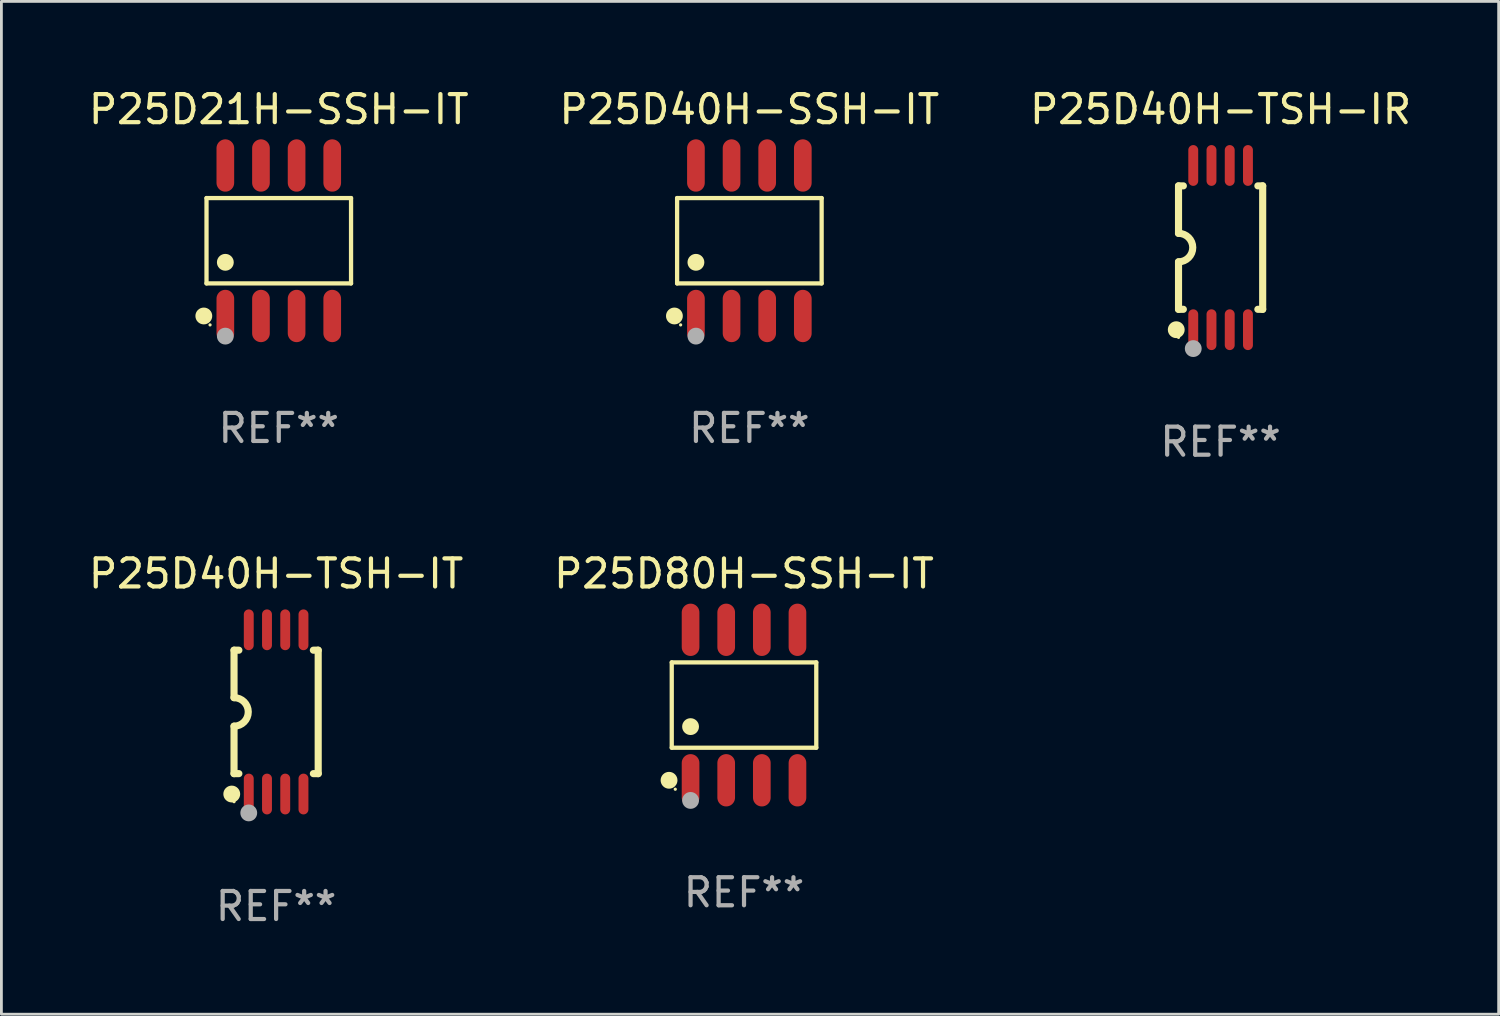
<source format=kicad_pcb>
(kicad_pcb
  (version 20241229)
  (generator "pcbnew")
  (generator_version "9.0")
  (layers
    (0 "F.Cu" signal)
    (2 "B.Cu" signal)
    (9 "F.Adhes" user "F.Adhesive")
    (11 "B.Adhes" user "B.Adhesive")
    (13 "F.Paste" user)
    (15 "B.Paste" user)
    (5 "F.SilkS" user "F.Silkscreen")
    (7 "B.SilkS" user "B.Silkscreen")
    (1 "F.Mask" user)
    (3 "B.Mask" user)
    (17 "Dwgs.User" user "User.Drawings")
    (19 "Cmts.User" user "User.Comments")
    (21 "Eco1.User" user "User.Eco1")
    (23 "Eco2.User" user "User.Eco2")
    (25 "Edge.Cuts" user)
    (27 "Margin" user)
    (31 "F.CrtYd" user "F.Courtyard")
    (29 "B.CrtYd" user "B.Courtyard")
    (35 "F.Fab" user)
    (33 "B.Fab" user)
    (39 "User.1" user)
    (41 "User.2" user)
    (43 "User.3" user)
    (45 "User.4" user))
  (footprint "P25D40H-TSH-IT"
    (layer "F.Cu")
    (at 6.792 22.326)
    (property "Reference" "P25D40H-TSH-IT" (at 0 -4.927 0) (layer "F.SilkS") (effects (font (size 1 1) (thickness 0.15))))
    (attr through_hole)
    (fp_line (start -1.5 -2.2) (end -1.5 -0.508) (stroke (width 0.254) (type solid)) (layer "F.SilkS"))
    (fp_line (start -1.5 -2.2) (end -1.328 -2.2) (stroke (width 0.254) (type solid)) (layer "F.SilkS"))
    (fp_line (start -1.5 2.2) (end -1.5 0.508) (stroke (width 0.254) (type solid)) (layer "F.SilkS"))
    (fp_line (start -1.5 2.2) (end -1.328 2.2) (stroke (width 0.254) (type solid)) (layer "F.SilkS"))
    (fp_line (start 1.328 -2.2) (end 1.5 -2.2) (stroke (width 0.254) (type solid)) (layer "F.SilkS"))
    (fp_line (start 1.328 2.2) (end 1.5 2.2) (stroke (width 0.254) (type solid)) (layer "F.SilkS"))
    (fp_line (start 1.5 -2.2) (end 1.5 2.2) (stroke (width 0.254) (type solid)) (layer "F.SilkS"))
    (fp_arc (start -1.501144 -0.508) (mid -0.993143 -0.000571) (end -1.5 0.508001) (stroke (width 0.254001) (type solid)) (layer "F.SilkS"))
    (fp_circle (center -1.581 2.927) (end -1.431 2.927) (stroke (width 0.3) (type solid)) (fill no) (layer "F.SilkS"))
    (fp_circle (center -1.5 3.2) (end -1.47 3.2) (stroke (width 0.06) (type solid)) (fill no) (layer "F.SilkS"))
    (fp_circle (center -0.975 3.6) (end -0.825 3.6) (stroke (width 0.3) (type solid)) (fill no) (layer "F.Fab"))
    (fp_text user "REF**" (at 0 6.927 0) (layer "F.Fab") (effects (font (size 1 1) (thickness 0.15))))
    (pad "1" smd oval (at -0.975 2.927) (size 0.353 1.454) (layers "F.Cu" "F.Mask" "F.Paste"))
    (pad "2" smd oval (at -0.325 2.927) (size 0.353 1.454) (layers "F.Cu" "F.Mask" "F.Paste"))
    (pad "3" smd oval (at 0.325 2.927) (size 0.353 1.454) (layers "F.Cu" "F.Mask" "F.Paste"))
    (pad "4" smd oval (at 0.975 2.927) (size 0.353 1.454) (layers "F.Cu" "F.Mask" "F.Paste"))
    (pad "5" smd oval (at 0.975 -2.927) (size 0.353 1.454) (layers "F.Cu" "F.Mask" "F.Paste"))
    (pad "6" smd oval (at 0.325 -2.927) (size 0.353 1.454) (layers "F.Cu" "F.Mask" "F.Paste"))
    (pad "7" smd oval (at -0.325 -2.927) (size 0.353 1.454) (layers "F.Cu" "F.Mask" "F.Paste"))
    (pad "8" smd oval (at -0.975 -2.927) (size 0.353 1.454) (layers "F.Cu" "F.Mask" "F.Paste")))
  (footprint "P25D21H-SSH-IT"
    (layer "F.Cu")
    (at 6.887 5.531)
    (property "Reference" "P25D21H-SSH-IT" (at 0 -4.682 0) (layer "F.SilkS") (effects (font (size 1 1) (thickness 0.15))))
    (attr through_hole)
    (fp_line (start -2.576 -1.521) (end 2.576 -1.521) (stroke (width 0.152) (type solid)) (layer "F.SilkS"))
    (fp_line (start -2.576 1.521) (end -2.576 -1.521) (stroke (width 0.152) (type solid)) (layer "F.SilkS"))
    (fp_line (start 2.576 -1.521) (end 2.576 1.521) (stroke (width 0.152) (type solid)) (layer "F.SilkS"))
    (fp_line (start 2.576 1.521) (end -2.576 1.521) (stroke (width 0.152) (type solid)) (layer "F.SilkS"))
    (fp_circle (center -2.672 2.682) (end -2.522 2.682) (stroke (width 0.3) (type solid)) (fill no) (layer "F.SilkS"))
    (fp_circle (center -2.45 3) (end -2.42 3) (stroke (width 0.06) (type solid)) (fill no) (layer "F.SilkS"))
    (fp_circle (center -1.905 0.769) (end -1.755 0.769) (stroke (width 0.3) (type solid)) (fill no) (layer "F.SilkS"))
    (fp_circle (center -1.905 3.4) (end -1.755 3.4) (stroke (width 0.3) (type solid)) (fill no) (layer "F.Fab"))
    (fp_text user "REF**" (at 0 6.682 0) (layer "F.Fab") (effects (font (size 1 1) (thickness 0.15))))
    (pad "1" smd oval (at -1.905 2.682) (size 0.63 1.865) (layers "F.Cu" "F.Mask" "F.Paste"))
    (pad "2" smd oval (at -0.635 2.682) (size 0.63 1.865) (layers "F.Cu" "F.Mask" "F.Paste"))
    (pad "3" smd oval (at 0.635 2.682) (size 0.63 1.865) (layers "F.Cu" "F.Mask" "F.Paste"))
    (pad "4" smd oval (at 1.905 2.682) (size 0.63 1.865) (layers "F.Cu" "F.Mask" "F.Paste"))
    (pad "5" smd oval (at 1.905 -2.682) (size 0.63 1.865) (layers "F.Cu" "F.Mask" "F.Paste"))
    (pad "6" smd oval (at 0.635 -2.682) (size 0.63 1.865) (layers "F.Cu" "F.Mask" "F.Paste"))
    (pad "7" smd oval (at -0.635 -2.682) (size 0.63 1.865) (layers "F.Cu" "F.Mask" "F.Paste"))
    (pad "8" smd oval (at -1.905 -2.682) (size 0.63 1.865) (layers "F.Cu" "F.Mask" "F.Paste")))
  (footprint "P25D40H-SSH-IT"
    (layer "F.Cu")
    (at 23.661 5.531)
    (property "Reference" "P25D40H-SSH-IT" (at 0 -4.682 0) (layer "F.SilkS") (effects (font (size 1 1) (thickness 0.15))))
    (attr through_hole)
    (fp_line (start -2.576 -1.521) (end 2.576 -1.521) (stroke (width 0.152) (type solid)) (layer "F.SilkS"))
    (fp_line (start -2.576 1.521) (end -2.576 -1.521) (stroke (width 0.152) (type solid)) (layer "F.SilkS"))
    (fp_line (start 2.576 -1.521) (end 2.576 1.521) (stroke (width 0.152) (type solid)) (layer "F.SilkS"))
    (fp_line (start 2.576 1.521) (end -2.576 1.521) (stroke (width 0.152) (type solid)) (layer "F.SilkS"))
    (fp_circle (center -2.672 2.682) (end -2.522 2.682) (stroke (width 0.3) (type solid)) (fill no) (layer "F.SilkS"))
    (fp_circle (center -2.45 3) (end -2.42 3) (stroke (width 0.06) (type solid)) (fill no) (layer "F.SilkS"))
    (fp_circle (center -1.905 0.769) (end -1.755 0.769) (stroke (width 0.3) (type solid)) (fill no) (layer "F.SilkS"))
    (fp_circle (center -1.905 3.4) (end -1.755 3.4) (stroke (width 0.3) (type solid)) (fill no) (layer "F.Fab"))
    (fp_text user "REF**" (at 0 6.682 0) (layer "F.Fab") (effects (font (size 1 1) (thickness 0.15))))
    (pad "1" smd oval (at -1.905 2.682) (size 0.63 1.865) (layers "F.Cu" "F.Mask" "F.Paste"))
    (pad "2" smd oval (at -0.635 2.682) (size 0.63 1.865) (layers "F.Cu" "F.Mask" "F.Paste"))
    (pad "3" smd oval (at 0.635 2.682) (size 0.63 1.865) (layers "F.Cu" "F.Mask" "F.Paste"))
    (pad "4" smd oval (at 1.905 2.682) (size 0.63 1.865) (layers "F.Cu" "F.Mask" "F.Paste"))
    (pad "5" smd oval (at 1.905 -2.682) (size 0.63 1.865) (layers "F.Cu" "F.Mask" "F.Paste"))
    (pad "6" smd oval (at 0.635 -2.682) (size 0.63 1.865) (layers "F.Cu" "F.Mask" "F.Paste"))
    (pad "7" smd oval (at -0.635 -2.682) (size 0.63 1.865) (layers "F.Cu" "F.Mask" "F.Paste"))
    (pad "8" smd oval (at -1.905 -2.682) (size 0.63 1.865) (layers "F.Cu" "F.Mask" "F.Paste")))
  (footprint "P25D80H-SSH-IT"
    (layer "F.Cu")
    (at 23.47 22.081)
    (property "Reference" "P25D80H-SSH-IT" (at 0 -4.682 0) (layer "F.SilkS") (effects (font (size 1 1) (thickness 0.15))))
    (attr through_hole)
    (fp_line (start -2.576 -1.521) (end 2.576 -1.521) (stroke (width 0.152) (type solid)) (layer "F.SilkS"))
    (fp_line (start -2.576 1.521) (end -2.576 -1.521) (stroke (width 0.152) (type solid)) (layer "F.SilkS"))
    (fp_line (start 2.576 -1.521) (end 2.576 1.521) (stroke (width 0.152) (type solid)) (layer "F.SilkS"))
    (fp_line (start 2.576 1.521) (end -2.576 1.521) (stroke (width 0.152) (type solid)) (layer "F.SilkS"))
    (fp_circle (center -2.672 2.682) (end -2.522 2.682) (stroke (width 0.3) (type solid)) (fill no) (layer "F.SilkS"))
    (fp_circle (center -2.45 3) (end -2.42 3) (stroke (width 0.06) (type solid)) (fill no) (layer "F.SilkS"))
    (fp_circle (center -1.905 0.769) (end -1.755 0.769) (stroke (width 0.3) (type solid)) (fill no) (layer "F.SilkS"))
    (fp_circle (center -1.905 3.4) (end -1.755 3.4) (stroke (width 0.3) (type solid)) (fill no) (layer "F.Fab"))
    (fp_text user "REF**" (at 0 6.682 0) (layer "F.Fab") (effects (font (size 1 1) (thickness 0.15))))
    (pad "1" smd oval (at -1.905 2.682) (size 0.63 1.865) (layers "F.Cu" "F.Mask" "F.Paste"))
    (pad "2" smd oval (at -0.635 2.682) (size 0.63 1.865) (layers "F.Cu" "F.Mask" "F.Paste"))
    (pad "3" smd oval (at 0.635 2.682) (size 0.63 1.865) (layers "F.Cu" "F.Mask" "F.Paste"))
    (pad "4" smd oval (at 1.905 2.682) (size 0.63 1.865) (layers "F.Cu" "F.Mask" "F.Paste"))
    (pad "5" smd oval (at 1.905 -2.682) (size 0.63 1.865) (layers "F.Cu" "F.Mask" "F.Paste"))
    (pad "6" smd oval (at 0.635 -2.682) (size 0.63 1.865) (layers "F.Cu" "F.Mask" "F.Paste"))
    (pad "7" smd oval (at -0.635 -2.682) (size 0.63 1.865) (layers "F.Cu" "F.Mask" "F.Paste"))
    (pad "8" smd oval (at -1.905 -2.682) (size 0.63 1.865) (layers "F.Cu" "F.Mask" "F.Paste")))
  (footprint "P25D40H-TSH-IR"
    (layer "F.Cu")
    (at 40.458 5.775)
    (property "Reference" "P25D40H-TSH-IR" (at 0 -4.927 0) (layer "F.SilkS") (effects (font (size 1 1) (thickness 0.15))))
    (attr through_hole)
    (fp_line (start -1.5 -2.2) (end -1.5 -0.508) (stroke (width 0.254) (type solid)) (layer "F.SilkS"))
    (fp_line (start -1.5 -2.2) (end -1.328 -2.2) (stroke (width 0.254) (type solid)) (layer "F.SilkS"))
    (fp_line (start -1.5 2.2) (end -1.5 0.508) (stroke (width 0.254) (type solid)) (layer "F.SilkS"))
    (fp_line (start -1.5 2.2) (end -1.328 2.2) (stroke (width 0.254) (type solid)) (layer "F.SilkS"))
    (fp_line (start 1.328 -2.2) (end 1.5 -2.2) (stroke (width 0.254) (type solid)) (layer "F.SilkS"))
    (fp_line (start 1.328 2.2) (end 1.5 2.2) (stroke (width 0.254) (type solid)) (layer "F.SilkS"))
    (fp_line (start 1.5 -2.2) (end 1.5 2.2) (stroke (width 0.254) (type solid)) (layer "F.SilkS"))
    (fp_arc (start -1.501144 -0.508) (mid -0.993143 -0.000571) (end -1.5 0.508001) (stroke (width 0.254001) (type solid)) (layer "F.SilkS"))
    (fp_circle (center -1.581 2.927) (end -1.431 2.927) (stroke (width 0.3) (type solid)) (fill no) (layer "F.SilkS"))
    (fp_circle (center -1.5 3.2) (end -1.47 3.2) (stroke (width 0.06) (type solid)) (fill no) (layer "F.SilkS"))
    (fp_circle (center -0.975 3.6) (end -0.825 3.6) (stroke (width 0.3) (type solid)) (fill no) (layer "F.Fab"))
    (fp_text user "REF**" (at 0 6.927 0) (layer "F.Fab") (effects (font (size 1 1) (thickness 0.15))))
    (pad "1" smd oval (at -0.975 2.927) (size 0.353 1.454) (layers "F.Cu" "F.Mask" "F.Paste"))
    (pad "2" smd oval (at -0.325 2.927) (size 0.353 1.454) (layers "F.Cu" "F.Mask" "F.Paste"))
    (pad "3" smd oval (at 0.325 2.927) (size 0.353 1.454) (layers "F.Cu" "F.Mask" "F.Paste"))
    (pad "4" smd oval (at 0.975 2.927) (size 0.353 1.454) (layers "F.Cu" "F.Mask" "F.Paste"))
    (pad "5" smd oval (at 0.975 -2.927) (size 0.353 1.454) (layers "F.Cu" "F.Mask" "F.Paste"))
    (pad "6" smd oval (at 0.325 -2.927) (size 0.353 1.454) (layers "F.Cu" "F.Mask" "F.Paste"))
    (pad "7" smd oval (at -0.325 -2.927) (size 0.353 1.454) (layers "F.Cu" "F.Mask" "F.Paste"))
    (pad "8" smd oval (at -0.975 -2.927) (size 0.353 1.454) (layers "F.Cu" "F.Mask" "F.Paste")))
  (gr_rect
    (start -3 -3)
    (end 50.369 33.101)
    (stroke (width 0.1) (type default))
    (fill no)
    (layer "Edge.Cuts")))
</source>
